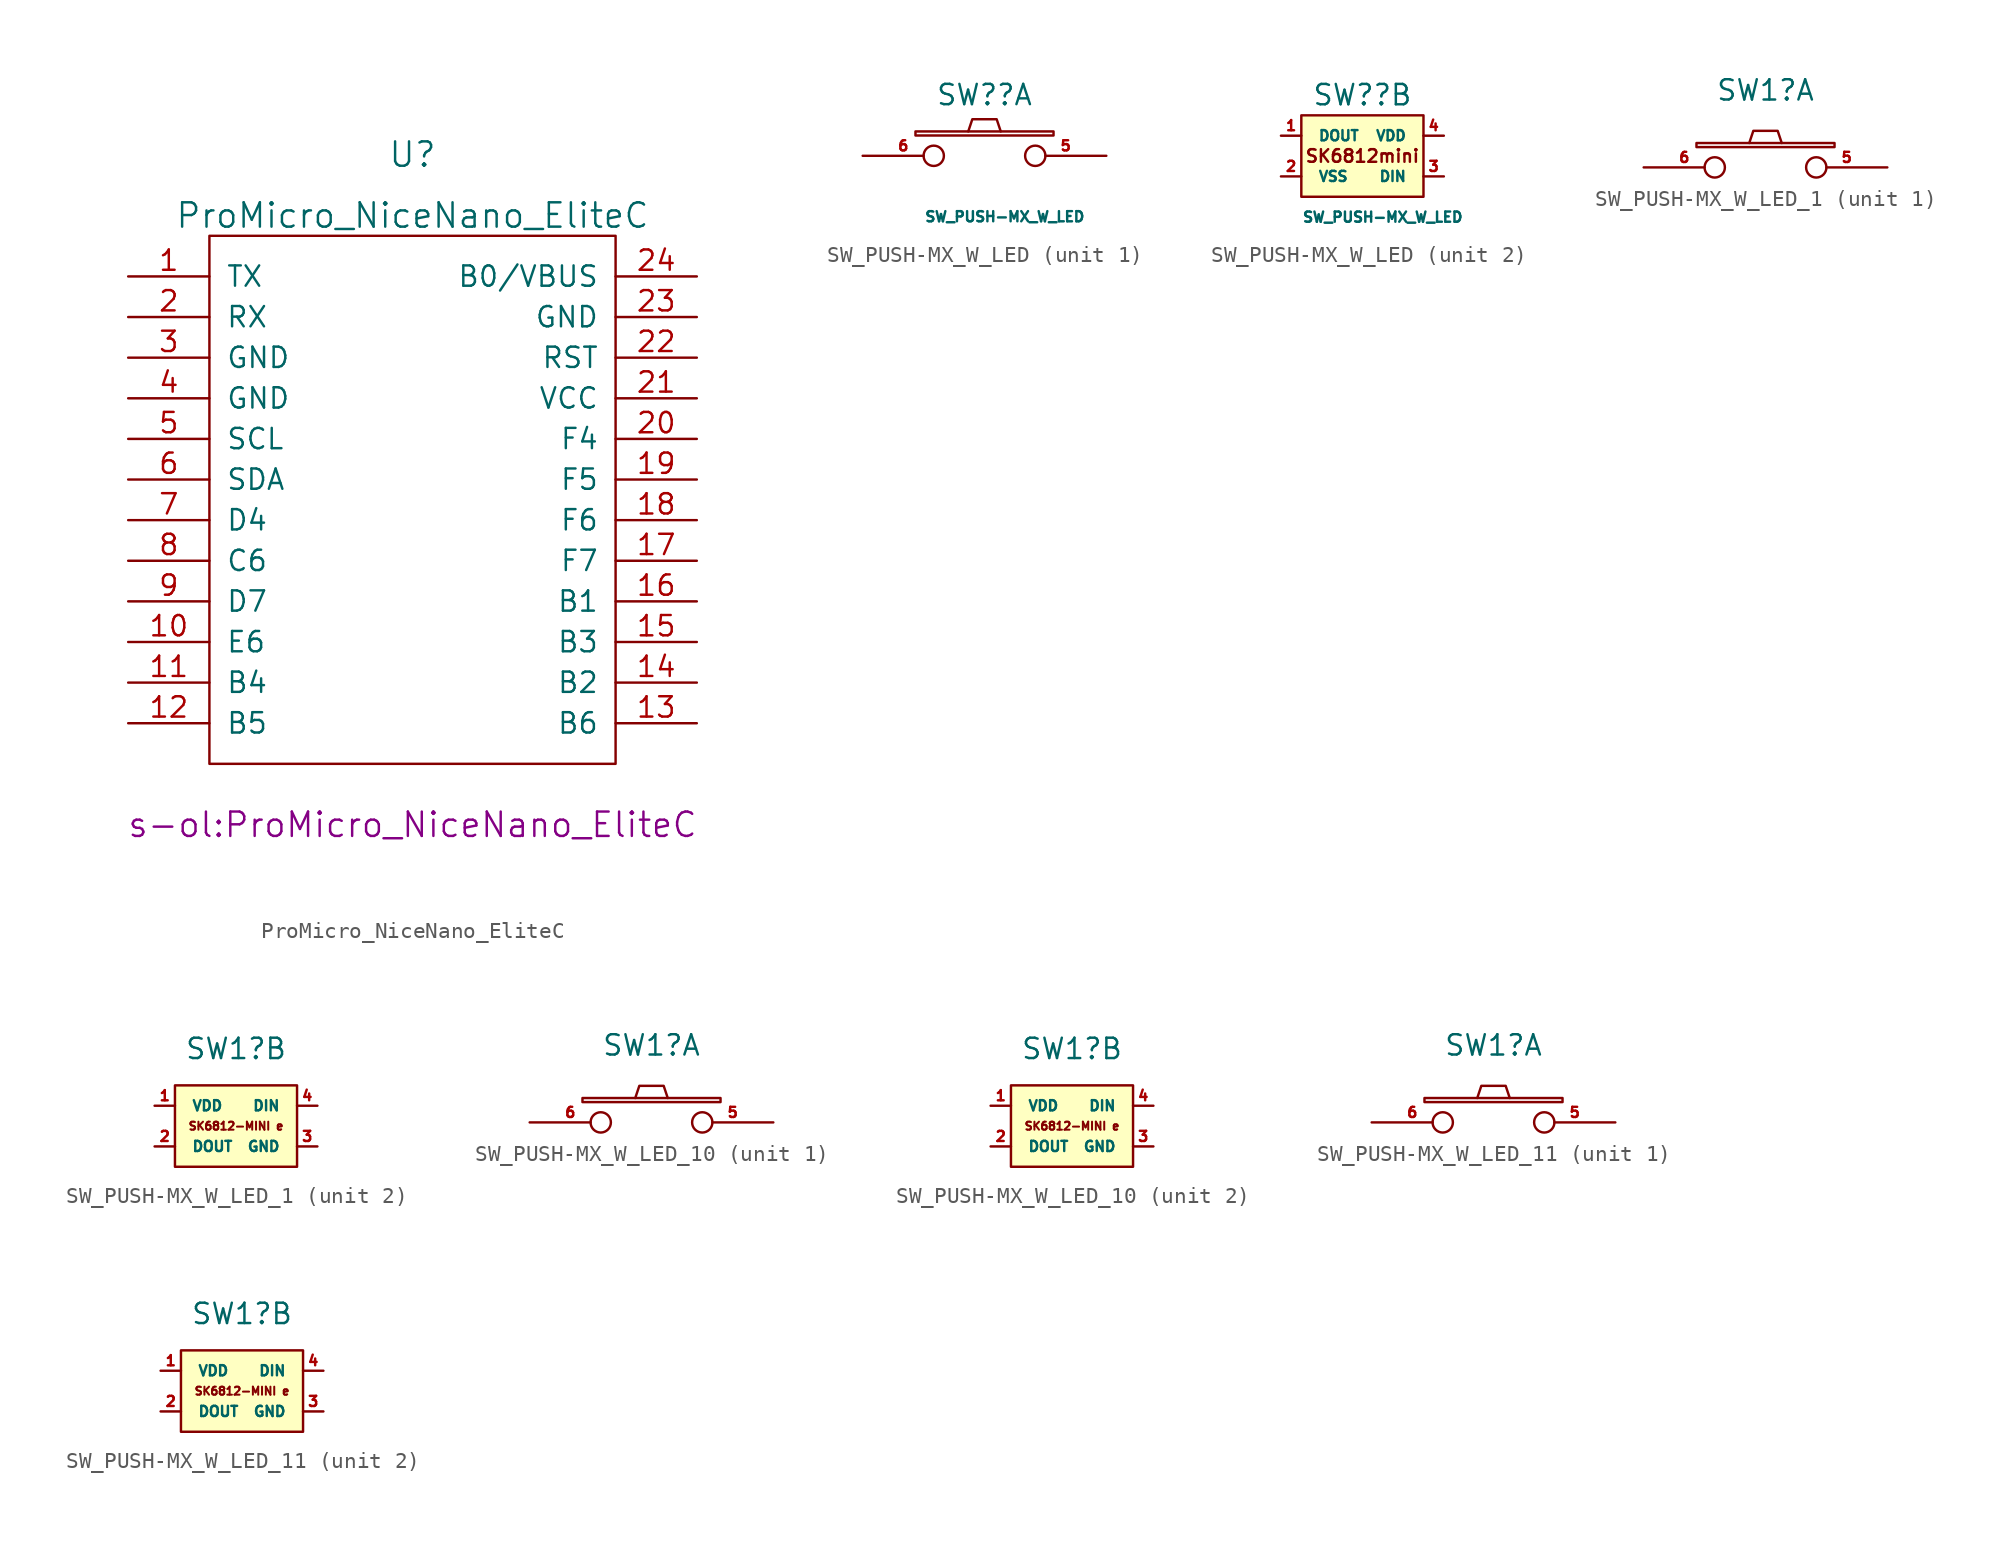
<source format=kicad_sym>
(kicad_symbol_lib
  (version 20220914)
  (generator kicad_symbol_editor)
  (symbol "ProMicro_NiceNano_EliteC"
    (pin_names
      (offset 1.016))
    (property "Reference" "U"
      (at 0 21.59 0)
      (effects (font (size 1.524 1.524))))
    (property "Value" "ProMicro_NiceNano_EliteC"
      (at 0 17.78 0)
      (effects (font (size 1.524 1.524))))
    (property "Footprint" "s-ol:ProMicro_NiceNano_EliteC"
      (at 0 -20.32 0)
      (effects (font (size 1.524 1.524))))
    (symbol "ProMicro_NiceNano_EliteC_0_1"
      (rectangle (start -12.7 16.51) (end 12.7 -16.51) (stroke (width 0) (type default)) (fill (type none))))
    (symbol "ProMicro_NiceNano_EliteC_1_1"
      (pin bidirectional line (at -17.78 13.97 0) (length 5.08) (name "TX" (effects (font (size 1.27 1.27)))) (number "1" (effects (font (size 1.27 1.27)))))
      (pin bidirectional line (at -17.78 -8.89 0) (length 5.08) (name "E6" (effects (font (size 1.27 1.27)))) (number "10" (effects (font (size 1.27 1.27)))))
      (pin bidirectional line (at -17.78 -11.43 0) (length 5.08) (name "B4" (effects (font (size 1.27 1.27)))) (number "11" (effects (font (size 1.27 1.27)))))
      (pin bidirectional line (at -17.78 -13.97 0) (length 5.08) (name "B5" (effects (font (size 1.27 1.27)))) (number "12" (effects (font (size 1.27 1.27)))))
      (pin bidirectional line (at 17.78 -13.97 180) (length 5.08) (name "B6" (effects (font (size 1.27 1.27)))) (number "13" (effects (font (size 1.27 1.27)))))
      (pin bidirectional line (at 17.78 -11.43 180) (length 5.08) (name "B2" (effects (font (size 1.27 1.27)))) (number "14" (effects (font (size 1.27 1.27)))))
      (pin bidirectional line (at 17.78 -8.89 180) (length 5.08) (name "B3" (effects (font (size 1.27 1.27)))) (number "15" (effects (font (size 1.27 1.27)))))
      (pin bidirectional line (at 17.78 -6.35 180) (length 5.08) (name "B1" (effects (font (size 1.27 1.27)))) (number "16" (effects (font (size 1.27 1.27)))))
      (pin bidirectional line (at 17.78 -3.81 180) (length 5.08) (name "F7" (effects (font (size 1.27 1.27)))) (number "17" (effects (font (size 1.27 1.27)))))
      (pin bidirectional line (at 17.78 -1.27 180) (length 5.08) (name "F6" (effects (font (size 1.27 1.27)))) (number "18" (effects (font (size 1.27 1.27)))))
      (pin bidirectional line (at 17.78 1.27 180) (length 5.08) (name "F5" (effects (font (size 1.27 1.27)))) (number "19" (effects (font (size 1.27 1.27)))))
      (pin bidirectional line (at -17.78 11.43 0) (length 5.08) (name "RX" (effects (font (size 1.27 1.27)))) (number "2" (effects (font (size 1.27 1.27)))))
      (pin bidirectional line (at 17.78 3.81 180) (length 5.08) (name "F4" (effects (font (size 1.27 1.27)))) (number "20" (effects (font (size 1.27 1.27)))))
      (pin power_in line (at 17.78 6.35 180) (length 5.08) (name "VCC" (effects (font (size 1.27 1.27)))) (number "21" (effects (font (size 1.27 1.27)))))
      (pin input line (at 17.78 8.89 180) (length 5.08) (name "RST" (effects (font (size 1.27 1.27)))) (number "22" (effects (font (size 1.27 1.27)))))
      (pin power_in line (at 17.78 11.43 180) (length 5.08) (name "GND" (effects (font (size 1.27 1.27)))) (number "23" (effects (font (size 1.27 1.27)))))
      (pin power_out line (at 17.78 13.97 180) (length 5.08) (name "B0/VBUS" (effects (font (size 1.27 1.27)))) (number "24" (effects (font (size 1.27 1.27)))))
      (pin power_in line (at -17.78 8.89 0) (length 5.08) (name "GND" (effects (font (size 1.27 1.27)))) (number "3" (effects (font (size 1.27 1.27)))))
      (pin power_in line (at -17.78 6.35 0) (length 5.08) (name "GND" (effects (font (size 1.27 1.27)))) (number "4" (effects (font (size 1.27 1.27)))))
      (pin bidirectional line (at -17.78 3.81 0) (length 5.08) (name "SCL" (effects (font (size 1.27 1.27)))) (number "5" (effects (font (size 1.27 1.27)))))
      (pin bidirectional line (at -17.78 1.27 0) (length 5.08) (name "SDA" (effects (font (size 1.27 1.27)))) (number "6" (effects (font (size 1.27 1.27)))))
      (pin bidirectional line (at -17.78 -1.27 0) (length 5.08) (name "D4" (effects (font (size 1.27 1.27)))) (number "7" (effects (font (size 1.27 1.27)))))
      (pin bidirectional line (at -17.78 -3.81 0) (length 5.08) (name "C6" (effects (font (size 1.27 1.27)))) (number "8" (effects (font (size 1.27 1.27)))))
      (pin bidirectional line (at -17.78 -6.35 0) (length 5.08) (name "D7" (effects (font (size 1.27 1.27)))) (number "9" (effects (font (size 1.27 1.27)))))))
  (symbol "SW_PUSH-MX_W_LED"
    (pin_names
      (offset 1.016))
    (property "Reference" "SW?"
      (at 0 3.81 0)
      (effects (font (size 1.27 1.27))))
    (property "Value" "SW_PUSH-MX_W_LED"
      (at 1.27 -3.81 0)
      (effects (font (size 0.635 0.635))))
    (property "ki_locked" ""
      (at 0 0 0)
      (effects (font (size 1.27 1.27))))
    (symbol "SW_PUSH-MX_W_LED_1_1"
      (rectangle (start -4.318 1.27) (end 4.318 1.524) (stroke (width 0) (type default)) (fill (type none)))
      (polyline (pts (xy -1.016 1.524) (xy -0.762 2.286) (xy 0.762 2.286) (xy 1.016 1.524)) (stroke (width 0) (type default)) (fill (type none)))
      (pin passive inverted (at 7.62 0 180) (length 5.08) (name "~" (effects (font (size 0.61 0.61)))) (number "5" (effects (font (size 0.635 0.635)))))
      (pin passive inverted (at -7.62 0 0) (length 5.08) (name "~" (effects (font (size 0.61 0.61)))) (number "6" (effects (font (size 0.635 0.635))))))
    (symbol "SW_PUSH-MX_W_LED_2_0"
      (text "SK6812mini" (at 0 0 0) (effects (font (size 0.787 0.787)))))
    (symbol "SW_PUSH-MX_W_LED_2_1"
      (rectangle (start 3.81 -2.54) (end -3.81 2.54) (stroke (width 0) (type default)) (fill (type background)))
      (pin output line (at -5.08 1.27 0) (length 1.27) (name "DOUT" (effects (font (size 0.635 0.635)))) (number "1" (effects (font (size 0.635 0.635)))))
      (pin power_in line (at -5.08 -1.27 0) (length 1.27) (name "VSS" (effects (font (size 0.635 0.635)))) (number "2" (effects (font (size 0.635 0.635)))))
      (pin input line (at 5.08 -1.27 180) (length 1.27) (name "DIN" (effects (font (size 0.635 0.635)))) (number "3" (effects (font (size 0.635 0.635)))))
      (pin power_in line (at 5.08 1.27 180) (length 1.27) (name "VDD" (effects (font (size 0.635 0.635)))) (number "4" (effects (font (size 0.635 0.635)))))))
  (symbol "SW_PUSH-MX_W_LED_1"
    (pin_names
      (offset 1.016))
    (property "Reference" "SW1"
      (at 0 4.826 0)
      (effects (font (size 1.27 1.27))))
    (property "ki_locked" ""
      (at 0 0 0)
      (effects (font (size 1.27 1.27))))
    (symbol "SW_PUSH-MX_W_LED_1_1_1"
      (rectangle (start -4.318 1.27) (end 4.318 1.524) (stroke (width 0) (type default)) (fill (type none)))
      (polyline (pts (xy -1.016 1.524) (xy -0.762 2.286) (xy 0.762 2.286) (xy 1.016 1.524)) (stroke (width 0) (type default)) (fill (type none)))
      (pin passive inverted (at 7.62 0 180) (length 5.08) (name "~" (effects (font (size 0.61 0.61)))) (number "5" (effects (font (size 0.635 0.635)))))
      (pin passive inverted (at -7.62 0 0) (length 5.08) (name "~" (effects (font (size 0.61 0.61)))) (number "6" (effects (font (size 0.635 0.635))))))
    (symbol "SW_PUSH-MX_W_LED_1_2_0"
      (text "SK6812-MINI e\n" (at 0 0 0) (effects (font (size 0.5 0.5)))))
    (symbol "SW_PUSH-MX_W_LED_1_2_1"
      (rectangle (start -3.81 2.54) (end 3.81 -2.54) (stroke (width 0) (type default)) (fill (type background)))
      (pin power_in line (at -5.08 1.27 0) (length 1.27) (name "VDD" (effects (font (size 0.635 0.635)))) (number "1" (effects (font (size 0.635 0.635)))))
      (pin output line (at -5.08 -1.27 0) (length 1.27) (name "DOUT" (effects (font (size 0.635 0.635)))) (number "2" (effects (font (size 0.635 0.635)))))
      (pin input line (at 5.08 -1.27 180) (length 1.27) (name "GND" (effects (font (size 0.635 0.635)))) (number "3" (effects (font (size 0.635 0.635)))))
      (pin power_in line (at 5.08 1.27 180) (length 1.27) (name "DIN" (effects (font (size 0.635 0.635)))) (number "4" (effects (font (size 0.635 0.635)))))))
  (symbol "SW_PUSH-MX_W_LED_10"
    (pin_names
      (offset 1.016))
    (property "Reference" "SW1"
      (at 0 4.826 0)
      (effects (font (size 1.27 1.27))))
    (property "ki_locked" ""
      (at 0 0 0)
      (effects (font (size 1.27 1.27))))
    (symbol "SW_PUSH-MX_W_LED_10_1_1"
      (rectangle (start -4.318 1.27) (end 4.318 1.524) (stroke (width 0) (type default)) (fill (type none)))
      (polyline (pts (xy -1.016 1.524) (xy -0.762 2.286) (xy 0.762 2.286) (xy 1.016 1.524)) (stroke (width 0) (type default)) (fill (type none)))
      (pin passive inverted (at 7.62 0 180) (length 5.08) (name "~" (effects (font (size 0.61 0.61)))) (number "5" (effects (font (size 0.635 0.635)))))
      (pin passive inverted (at -7.62 0 0) (length 5.08) (name "~" (effects (font (size 0.61 0.61)))) (number "6" (effects (font (size 0.635 0.635))))))
    (symbol "SW_PUSH-MX_W_LED_10_2_0"
      (text "SK6812-MINI e\n" (at 0 0 0) (effects (font (size 0.5 0.5)))))
    (symbol "SW_PUSH-MX_W_LED_10_2_1"
      (rectangle (start -3.81 2.54) (end 3.81 -2.54) (stroke (width 0) (type default)) (fill (type background)))
      (pin power_in line (at -5.08 1.27 0) (length 1.27) (name "VDD" (effects (font (size 0.635 0.635)))) (number "1" (effects (font (size 0.635 0.635)))))
      (pin output line (at -5.08 -1.27 0) (length 1.27) (name "DOUT" (effects (font (size 0.635 0.635)))) (number "2" (effects (font (size 0.635 0.635)))))
      (pin input line (at 5.08 -1.27 180) (length 1.27) (name "GND" (effects (font (size 0.635 0.635)))) (number "3" (effects (font (size 0.635 0.635)))))
      (pin power_in line (at 5.08 1.27 180) (length 1.27) (name "DIN" (effects (font (size 0.635 0.635)))) (number "4" (effects (font (size 0.635 0.635)))))))
  (symbol "SW_PUSH-MX_W_LED_11"
    (pin_names
      (offset 1.016))
    (property "Reference" "SW1"
      (at 0 4.826 0)
      (effects (font (size 1.27 1.27))))
    (property "ki_locked" ""
      (at 0 0 0)
      (effects (font (size 1.27 1.27))))
    (symbol "SW_PUSH-MX_W_LED_11_1_1"
      (rectangle (start -4.318 1.27) (end 4.318 1.524) (stroke (width 0) (type default)) (fill (type none)))
      (polyline (pts (xy -1.016 1.524) (xy -0.762 2.286) (xy 0.762 2.286) (xy 1.016 1.524)) (stroke (width 0) (type default)) (fill (type none)))
      (pin passive inverted (at 7.62 0 180) (length 5.08) (name "~" (effects (font (size 0.61 0.61)))) (number "5" (effects (font (size 0.635 0.635)))))
      (pin passive inverted (at -7.62 0 0) (length 5.08) (name "~" (effects (font (size 0.61 0.61)))) (number "6" (effects (font (size 0.635 0.635))))))
    (symbol "SW_PUSH-MX_W_LED_11_2_0"
      (text "SK6812-MINI e\n" (at 0 0 0) (effects (font (size 0.5 0.5)))))
    (symbol "SW_PUSH-MX_W_LED_11_2_1"
      (rectangle (start -3.81 2.54) (end 3.81 -2.54) (stroke (width 0) (type default)) (fill (type background)))
      (pin power_in line (at -5.08 1.27 0) (length 1.27) (name "VDD" (effects (font (size 0.635 0.635)))) (number "1" (effects (font (size 0.635 0.635)))))
      (pin output line (at -5.08 -1.27 0) (length 1.27) (name "DOUT" (effects (font (size 0.635 0.635)))) (number "2" (effects (font (size 0.635 0.635)))))
      (pin input line (at 5.08 -1.27 180) (length 1.27) (name "GND" (effects (font (size 0.635 0.635)))) (number "3" (effects (font (size 0.635 0.635)))))
      (pin power_in line (at 5.08 1.27 180) (length 1.27) (name "DIN" (effects (font (size 0.635 0.635)))) (number "4" (effects (font (size 0.635 0.635))))))))
</source>
